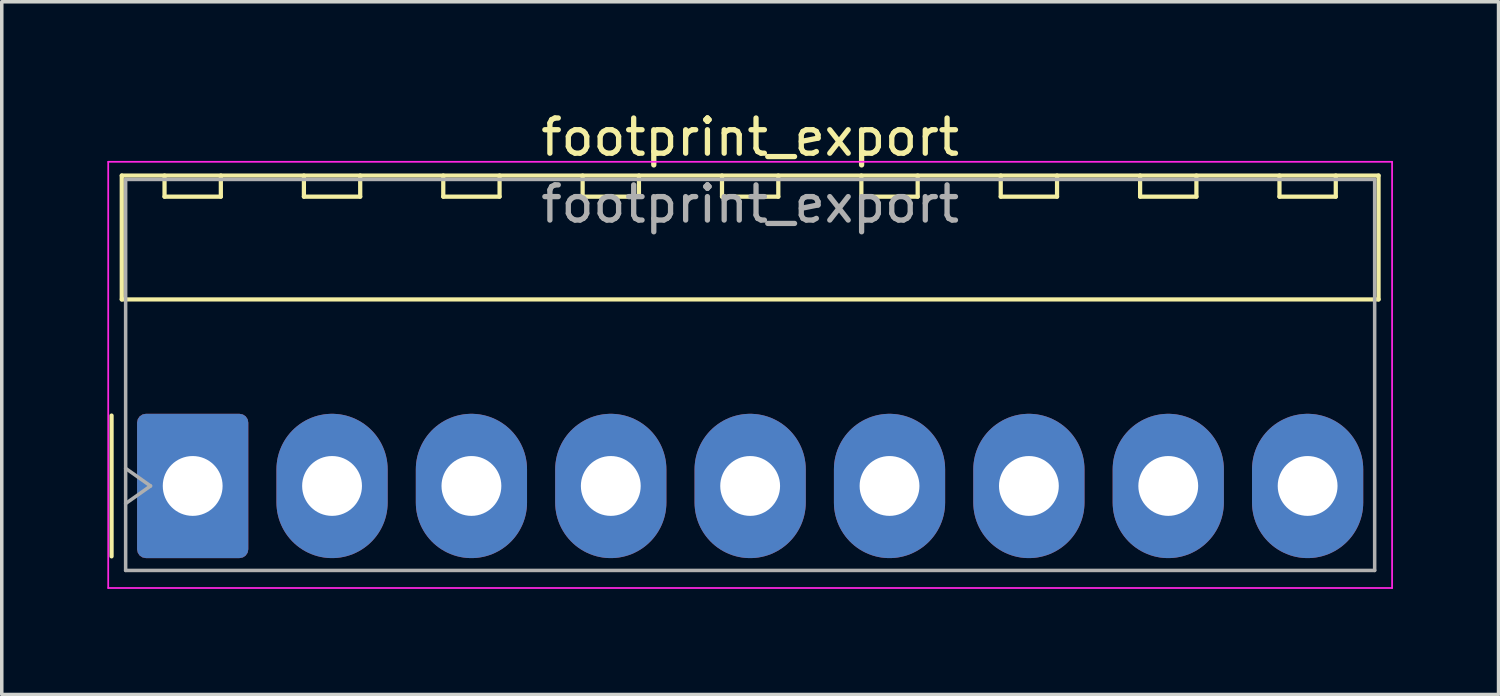
<source format=kicad_pcb>
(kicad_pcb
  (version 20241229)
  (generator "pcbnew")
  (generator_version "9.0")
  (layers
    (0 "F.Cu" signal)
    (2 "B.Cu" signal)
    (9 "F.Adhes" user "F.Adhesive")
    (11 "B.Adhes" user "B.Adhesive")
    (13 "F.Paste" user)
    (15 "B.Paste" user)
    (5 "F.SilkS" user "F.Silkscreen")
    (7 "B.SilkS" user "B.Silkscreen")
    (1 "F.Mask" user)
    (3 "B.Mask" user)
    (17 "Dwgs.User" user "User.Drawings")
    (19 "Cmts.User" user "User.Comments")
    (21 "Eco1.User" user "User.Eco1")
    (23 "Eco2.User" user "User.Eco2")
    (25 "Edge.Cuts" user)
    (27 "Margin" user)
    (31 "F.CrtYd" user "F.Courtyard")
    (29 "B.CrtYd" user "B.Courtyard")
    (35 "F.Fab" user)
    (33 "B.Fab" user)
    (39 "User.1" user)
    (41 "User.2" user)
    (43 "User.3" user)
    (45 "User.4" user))
  (footprint "footprint_export"
    (layer "F.Cu")
    (at 2.425 10.758)
    (property "Reference" "footprint_export" (at 15.84 -9.91 0) (layer "F.SilkS") (effects (font (size 1 1) (thickness 0.15))))
    (attr through_hole)
    (fp_line (start -2.305 -2) (end -2.305 2) (stroke (width 0.12) (type solid)) (layer "F.SilkS"))
    (fp_line (start -2.015 -8.82) (end 33.695 -8.82) (stroke (width 0.12) (type solid)) (layer "F.SilkS"))
    (fp_line (start -2.015 -5.3) (end -2.015 -8.82) (stroke (width 0.12) (type solid)) (layer "F.SilkS"))
    (fp_line (start -0.8 -8.82) (end -0.8 -8.22) (stroke (width 0.12) (type solid)) (layer "F.SilkS"))
    (fp_line (start -0.8 -8.22) (end 0.8 -8.22) (stroke (width 0.12) (type solid)) (layer "F.SilkS"))
    (fp_line (start 0.8 -8.22) (end 0.8 -8.82) (stroke (width 0.12) (type solid)) (layer "F.SilkS"))
    (fp_line (start 3.16 -8.82) (end 3.16 -8.22) (stroke (width 0.12) (type solid)) (layer "F.SilkS"))
    (fp_line (start 3.16 -8.22) (end 4.76 -8.22) (stroke (width 0.12) (type solid)) (layer "F.SilkS"))
    (fp_line (start 4.76 -8.22) (end 4.76 -8.82) (stroke (width 0.12) (type solid)) (layer "F.SilkS"))
    (fp_line (start 7.12 -8.82) (end 7.12 -8.22) (stroke (width 0.12) (type solid)) (layer "F.SilkS"))
    (fp_line (start 7.12 -8.22) (end 8.72 -8.22) (stroke (width 0.12) (type solid)) (layer "F.SilkS"))
    (fp_line (start 8.72 -8.22) (end 8.72 -8.82) (stroke (width 0.12) (type solid)) (layer "F.SilkS"))
    (fp_line (start 11.08 -8.82) (end 11.08 -8.22) (stroke (width 0.12) (type solid)) (layer "F.SilkS"))
    (fp_line (start 11.08 -8.22) (end 12.68 -8.22) (stroke (width 0.12) (type solid)) (layer "F.SilkS"))
    (fp_line (start 12.68 -8.22) (end 12.68 -8.82) (stroke (width 0.12) (type solid)) (layer "F.SilkS"))
    (fp_line (start 15.04 -8.82) (end 15.04 -8.22) (stroke (width 0.12) (type solid)) (layer "F.SilkS"))
    (fp_line (start 15.04 -8.22) (end 16.64 -8.22) (stroke (width 0.12) (type solid)) (layer "F.SilkS"))
    (fp_line (start 16.64 -8.22) (end 16.64 -8.82) (stroke (width 0.12) (type solid)) (layer "F.SilkS"))
    (fp_line (start 19 -8.82) (end 19 -8.22) (stroke (width 0.12) (type solid)) (layer "F.SilkS"))
    (fp_line (start 19 -8.22) (end 20.6 -8.22) (stroke (width 0.12) (type solid)) (layer "F.SilkS"))
    (fp_line (start 20.6 -8.22) (end 20.6 -8.82) (stroke (width 0.12) (type solid)) (layer "F.SilkS"))
    (fp_line (start 22.96 -8.82) (end 22.96 -8.22) (stroke (width 0.12) (type solid)) (layer "F.SilkS"))
    (fp_line (start 22.96 -8.22) (end 24.56 -8.22) (stroke (width 0.12) (type solid)) (layer "F.SilkS"))
    (fp_line (start 24.56 -8.22) (end 24.56 -8.82) (stroke (width 0.12) (type solid)) (layer "F.SilkS"))
    (fp_line (start 26.92 -8.82) (end 26.92 -8.22) (stroke (width 0.12) (type solid)) (layer "F.SilkS"))
    (fp_line (start 26.92 -8.22) (end 28.52 -8.22) (stroke (width 0.12) (type solid)) (layer "F.SilkS"))
    (fp_line (start 28.52 -8.22) (end 28.52 -8.82) (stroke (width 0.12) (type solid)) (layer "F.SilkS"))
    (fp_line (start 30.88 -8.82) (end 30.88 -8.22) (stroke (width 0.12) (type solid)) (layer "F.SilkS"))
    (fp_line (start 30.88 -8.22) (end 32.48 -8.22) (stroke (width 0.12) (type solid)) (layer "F.SilkS"))
    (fp_line (start 32.48 -8.22) (end 32.48 -8.82) (stroke (width 0.12) (type solid)) (layer "F.SilkS"))
    (fp_line (start 33.695 -8.82) (end 33.695 -5.3) (stroke (width 0.12) (type solid)) (layer "F.SilkS"))
    (fp_line (start 33.695 -5.3) (end -2.015 -5.3) (stroke (width 0.12) (type solid)) (layer "F.SilkS"))
    (fp_line (start -2.4 -9.21) (end -2.4 2.9) (stroke (width 0.05) (type solid)) (layer "F.CrtYd"))
    (fp_line (start -2.4 2.9) (end 34.08 2.9) (stroke (width 0.05) (type solid)) (layer "F.CrtYd"))
    (fp_line (start 34.08 -9.21) (end -2.4 -9.21) (stroke (width 0.05) (type solid)) (layer "F.CrtYd"))
    (fp_line (start 34.08 2.9) (end 34.08 -9.21) (stroke (width 0.05) (type solid)) (layer "F.CrtYd"))
    (fp_line (start -1.905 -8.71) (end 33.585 -8.71) (stroke (width 0.1) (type solid)) (layer "F.Fab"))
    (fp_line (start -1.905 -0.5) (end -1.198 0) (stroke (width 0.1) (type solid)) (layer "F.Fab"))
    (fp_line (start -1.905 2.4) (end -1.905 -8.71) (stroke (width 0.1) (type solid)) (layer "F.Fab"))
    (fp_line (start -1.198 0) (end -1.905 0.5) (stroke (width 0.1) (type solid)) (layer "F.Fab"))
    (fp_line (start 33.585 -8.71) (end 33.585 2.4) (stroke (width 0.1) (type solid)) (layer "F.Fab"))
    (fp_line (start 33.585 2.4) (end -1.905 2.4) (stroke (width 0.1) (type solid)) (layer "F.Fab"))
    (fp_text user "${REFERENCE}" (at 15.84 -8.01 0) (layer "F.Fab") (effects (font (size 1 1) (thickness 0.15))))
    (pad "1" thru_hole roundrect (at 0 0) (size 3.16 4.1) (drill 1.7) (layers "*.Cu" "*.Mask") (roundrect_rratio 0.079))
    (pad "2" thru_hole oval (at 3.96 0) (size 3.16 4.1) (drill 1.7) (layers "*.Cu" "*.Mask"))
    (pad "3" thru_hole oval (at 7.92 0) (size 3.16 4.1) (drill 1.7) (layers "*.Cu" "*.Mask"))
    (pad "4" thru_hole oval (at 11.88 0) (size 3.16 4.1) (drill 1.7) (layers "*.Cu" "*.Mask"))
    (pad "5" thru_hole oval (at 15.84 0) (size 3.16 4.1) (drill 1.7) (layers "*.Cu" "*.Mask"))
    (pad "6" thru_hole oval (at 19.8 0) (size 3.16 4.1) (drill 1.7) (layers "*.Cu" "*.Mask"))
    (pad "7" thru_hole oval (at 23.76 0) (size 3.16 4.1) (drill 1.7) (layers "*.Cu" "*.Mask"))
    (pad "8" thru_hole oval (at 27.72 0) (size 3.16 4.1) (drill 1.7) (layers "*.Cu" "*.Mask"))
    (pad "9" thru_hole oval (at 31.68 0) (size 3.16 4.1) (drill 1.7) (layers "*.Cu" "*.Mask")))
  (gr_rect
    (start -3 -3)
    (end 39.53 16.683)
    (stroke (width 0.1) (type default))
    (fill no)
    (layer "Edge.Cuts")))
</source>
